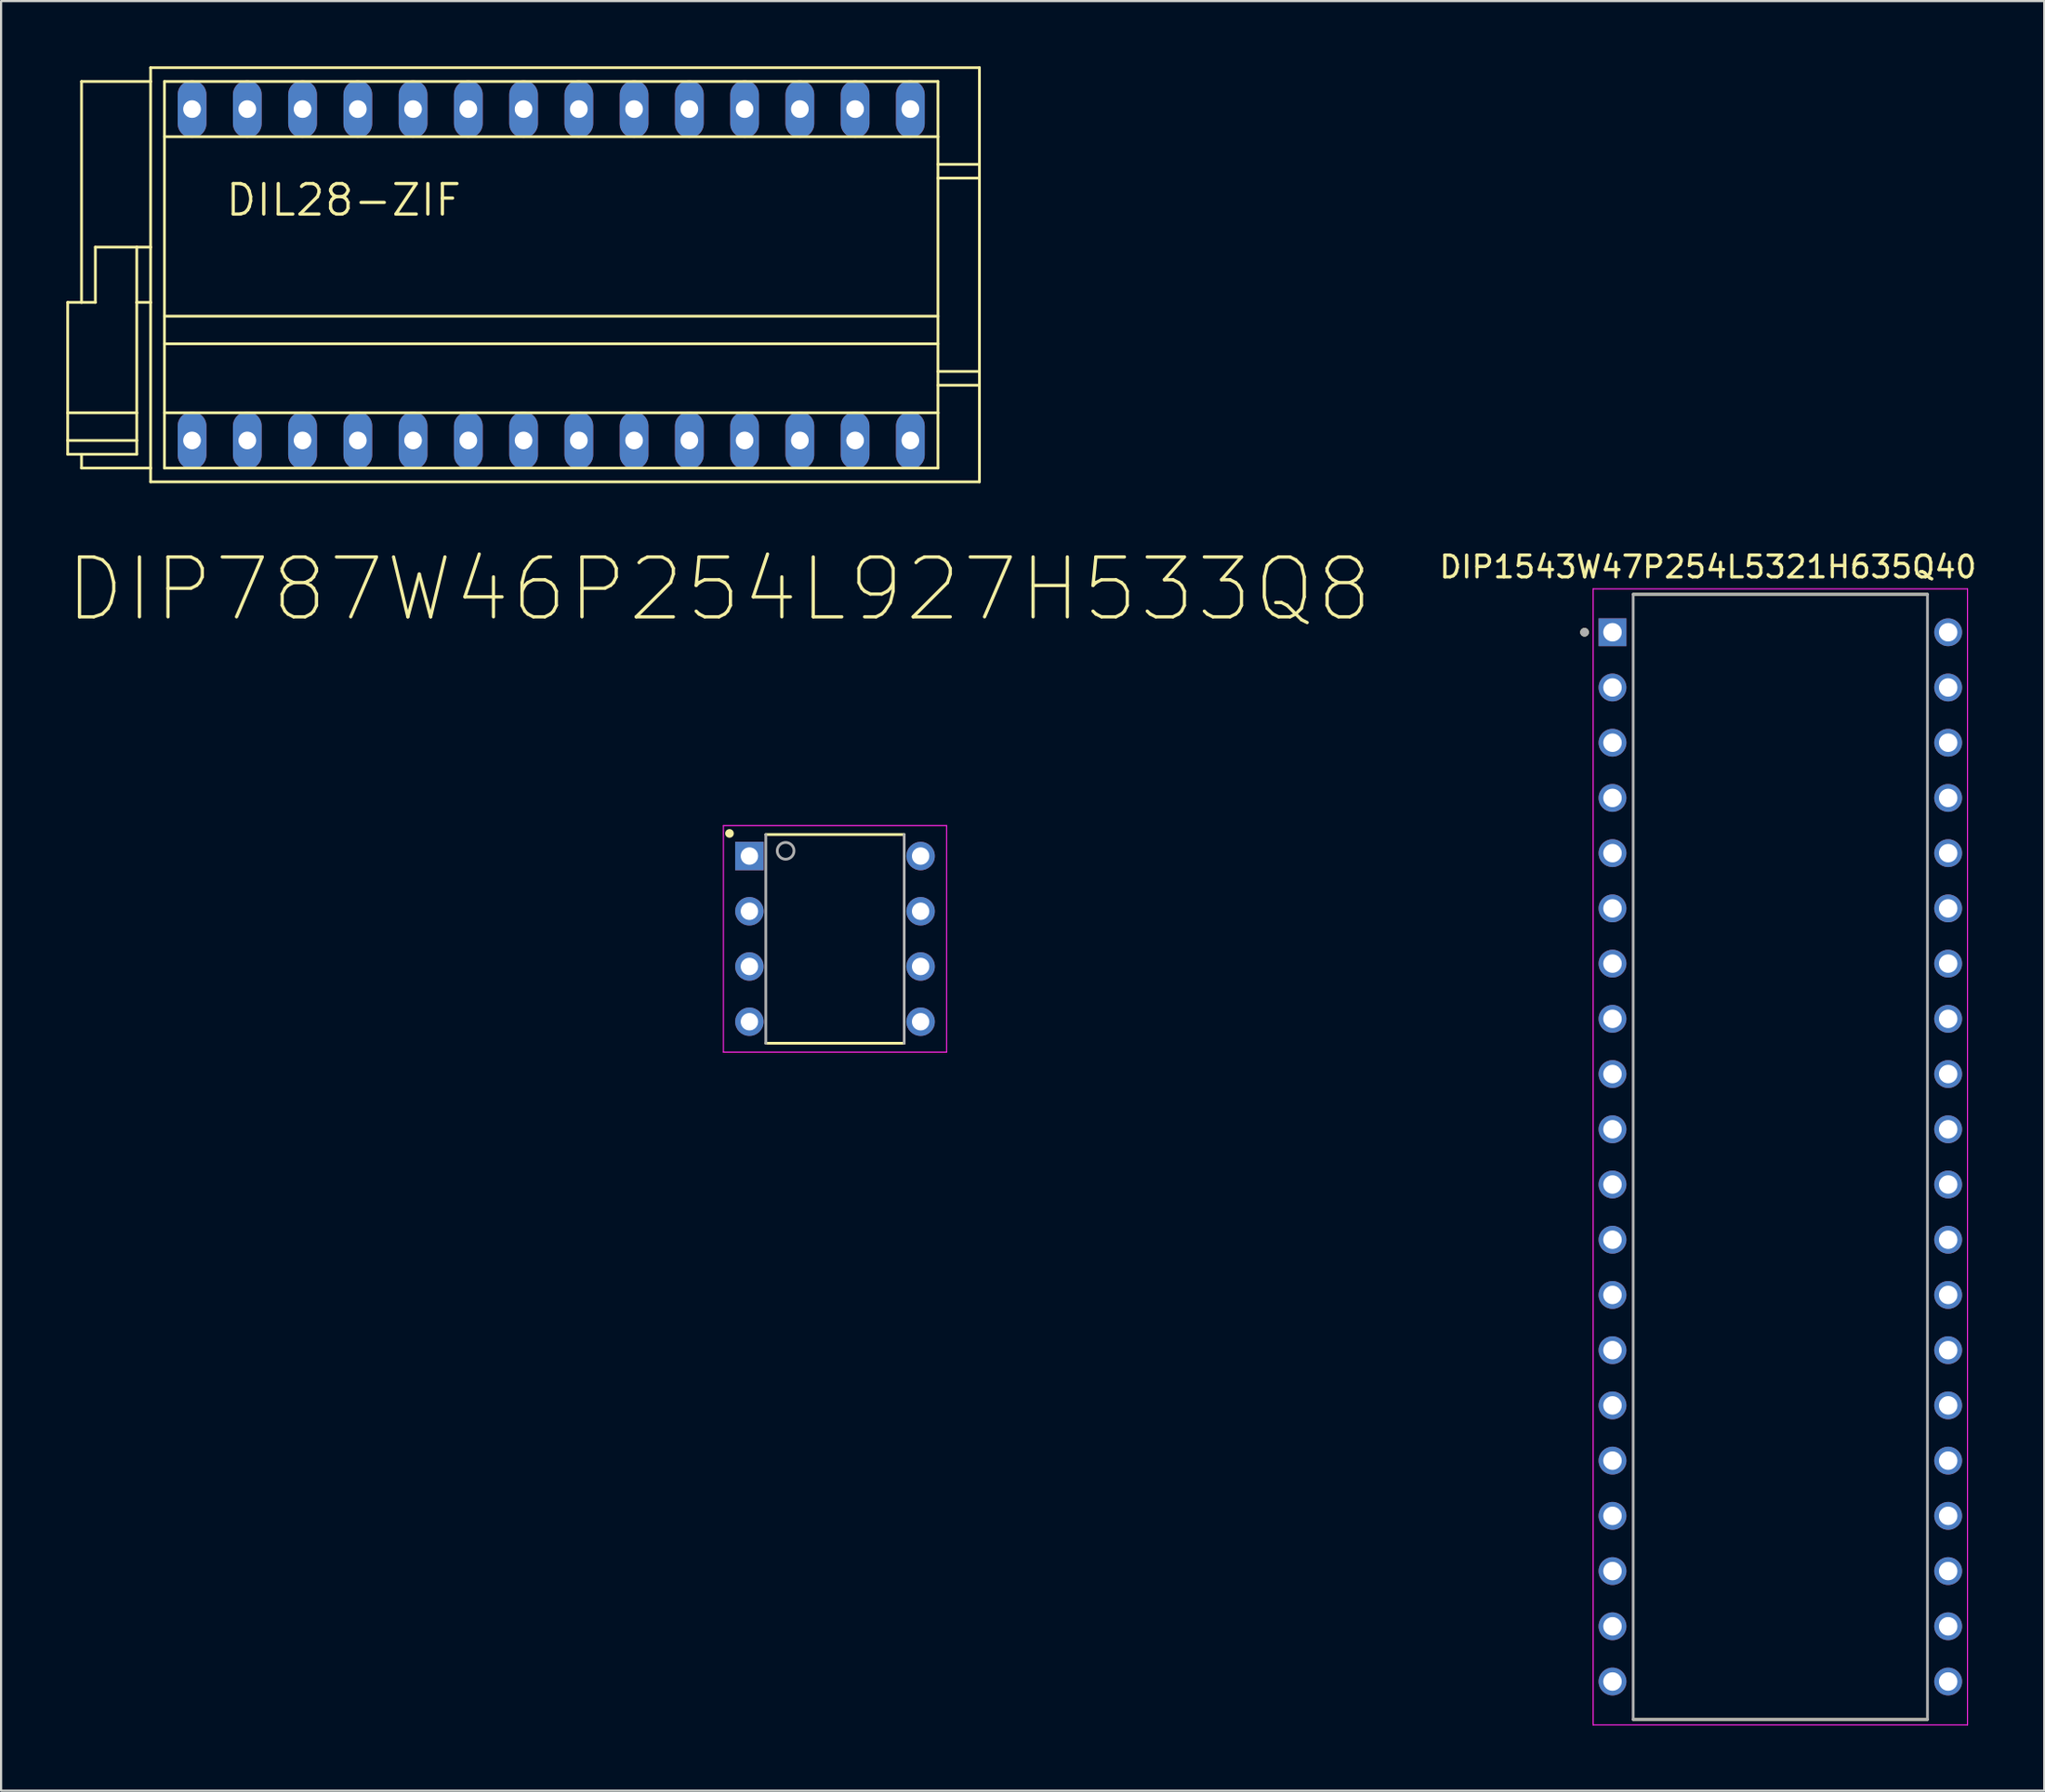
<source format=kicad_pcb>
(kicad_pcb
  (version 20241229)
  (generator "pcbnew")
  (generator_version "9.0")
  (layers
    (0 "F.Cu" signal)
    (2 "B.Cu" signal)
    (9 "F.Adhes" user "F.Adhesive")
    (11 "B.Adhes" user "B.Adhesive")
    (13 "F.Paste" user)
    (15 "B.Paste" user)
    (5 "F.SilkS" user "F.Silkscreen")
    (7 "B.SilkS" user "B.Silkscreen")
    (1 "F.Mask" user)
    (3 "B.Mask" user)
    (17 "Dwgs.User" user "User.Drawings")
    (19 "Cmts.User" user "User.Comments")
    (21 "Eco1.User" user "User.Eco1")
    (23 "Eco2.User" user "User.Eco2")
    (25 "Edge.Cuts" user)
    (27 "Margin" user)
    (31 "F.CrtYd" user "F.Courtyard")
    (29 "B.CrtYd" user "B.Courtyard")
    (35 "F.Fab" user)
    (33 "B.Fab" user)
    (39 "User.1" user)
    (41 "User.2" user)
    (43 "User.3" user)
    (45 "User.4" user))
  (footprint "DIP1543W47P254L5321H635Q40"
    (layer "F.Cu")
    (at 78.789 50.16)
    (property "Reference" "DIP1543W47P254L5321H635Q40" (at -3.325 -27.135 0) (layer "F.SilkS") (effects (font (size 1 1) (thickness 0.15))))
    (attr through_hole)
    (fp_line (start -6.763 -25.875) (end 6.763 -25.875) (stroke (width 0.127) (type solid)) (layer "F.SilkS"))
    (fp_line (start -6.763 25.875) (end 6.763 25.875) (stroke (width 0.127) (type solid)) (layer "F.SilkS"))
    (fp_circle (center -9 -24.13) (end -8.9 -24.13) (stroke (width 0.2) (type solid)) (fill no) (layer "F.SilkS"))
    (fp_line (start -8.605 -26.125) (end -8.605 26.125) (stroke (width 0.05) (type solid)) (layer "F.CrtYd"))
    (fp_line (start 8.605 -26.125) (end -8.605 -26.125) (stroke (width 0.05) (type solid)) (layer "F.CrtYd"))
    (fp_line (start 8.605 -26.125) (end 8.605 26.125) (stroke (width 0.05) (type solid)) (layer "F.CrtYd"))
    (fp_line (start 8.605 26.125) (end -8.605 26.125) (stroke (width 0.05) (type solid)) (layer "F.CrtYd"))
    (fp_line (start -6.763 -25.875) (end -6.763 25.875) (stroke (width 0.127) (type solid)) (layer "F.Fab"))
    (fp_line (start -6.763 -25.875) (end 6.763 -25.875) (stroke (width 0.127) (type solid)) (layer "F.Fab"))
    (fp_line (start -6.763 25.875) (end 6.763 25.875) (stroke (width 0.127) (type solid)) (layer "F.Fab"))
    (fp_line (start 6.763 -25.875) (end 6.763 25.875) (stroke (width 0.127) (type solid)) (layer "F.Fab"))
    (fp_circle (center -9 -24.13) (end -8.9 -24.13) (stroke (width 0.2) (type solid)) (fill no) (layer "F.Fab"))
    (pad "1" thru_hole rect (at -7.715 -24.13) (size 1.28 1.28) (drill 0.85) (layers "*.Cu" "*.Mask"))
    (pad "2" thru_hole circle (at -7.715 -21.59) (size 1.28 1.28) (drill 0.85) (layers "*.Cu" "*.Mask"))
    (pad "3" thru_hole circle (at -7.715 -19.05) (size 1.28 1.28) (drill 0.85) (layers "*.Cu" "*.Mask"))
    (pad "4" thru_hole circle (at -7.715 -16.51) (size 1.28 1.28) (drill 0.85) (layers "*.Cu" "*.Mask"))
    (pad "5" thru_hole circle (at -7.715 -13.97) (size 1.28 1.28) (drill 0.85) (layers "*.Cu" "*.Mask"))
    (pad "6" thru_hole circle (at -7.715 -11.43) (size 1.28 1.28) (drill 0.85) (layers "*.Cu" "*.Mask"))
    (pad "7" thru_hole circle (at -7.715 -8.89) (size 1.28 1.28) (drill 0.85) (layers "*.Cu" "*.Mask"))
    (pad "8" thru_hole circle (at -7.715 -6.35) (size 1.28 1.28) (drill 0.85) (layers "*.Cu" "*.Mask"))
    (pad "9" thru_hole circle (at -7.715 -3.81) (size 1.28 1.28) (drill 0.85) (layers "*.Cu" "*.Mask"))
    (pad "10" thru_hole circle (at -7.715 -1.27) (size 1.28 1.28) (drill 0.85) (layers "*.Cu" "*.Mask"))
    (pad "11" thru_hole circle (at -7.715 1.27) (size 1.28 1.28) (drill 0.85) (layers "*.Cu" "*.Mask"))
    (pad "12" thru_hole circle (at -7.715 3.81) (size 1.28 1.28) (drill 0.85) (layers "*.Cu" "*.Mask"))
    (pad "13" thru_hole circle (at -7.715 6.35) (size 1.28 1.28) (drill 0.85) (layers "*.Cu" "*.Mask"))
    (pad "14" thru_hole circle (at -7.715 8.89) (size 1.28 1.28) (drill 0.85) (layers "*.Cu" "*.Mask"))
    (pad "15" thru_hole circle (at -7.715 11.43) (size 1.28 1.28) (drill 0.85) (layers "*.Cu" "*.Mask"))
    (pad "16" thru_hole circle (at -7.715 13.97) (size 1.28 1.28) (drill 0.85) (layers "*.Cu" "*.Mask"))
    (pad "17" thru_hole circle (at -7.715 16.51) (size 1.28 1.28) (drill 0.85) (layers "*.Cu" "*.Mask"))
    (pad "18" thru_hole circle (at -7.715 19.05) (size 1.28 1.28) (drill 0.85) (layers "*.Cu" "*.Mask"))
    (pad "19" thru_hole circle (at -7.715 21.59) (size 1.28 1.28) (drill 0.85) (layers "*.Cu" "*.Mask"))
    (pad "20" thru_hole circle (at -7.715 24.13) (size 1.28 1.28) (drill 0.85) (layers "*.Cu" "*.Mask"))
    (pad "21" thru_hole circle (at 7.715 24.13) (size 1.28 1.28) (drill 0.85) (layers "*.Cu" "*.Mask"))
    (pad "22" thru_hole circle (at 7.715 21.59) (size 1.28 1.28) (drill 0.85) (layers "*.Cu" "*.Mask"))
    (pad "23" thru_hole circle (at 7.715 19.05) (size 1.28 1.28) (drill 0.85) (layers "*.Cu" "*.Mask"))
    (pad "24" thru_hole circle (at 7.715 16.51) (size 1.28 1.28) (drill 0.85) (layers "*.Cu" "*.Mask"))
    (pad "25" thru_hole circle (at 7.715 13.97) (size 1.28 1.28) (drill 0.85) (layers "*.Cu" "*.Mask"))
    (pad "26" thru_hole circle (at 7.715 11.43) (size 1.28 1.28) (drill 0.85) (layers "*.Cu" "*.Mask"))
    (pad "27" thru_hole circle (at 7.715 8.89) (size 1.28 1.28) (drill 0.85) (layers "*.Cu" "*.Mask"))
    (pad "28" thru_hole circle (at 7.715 6.35) (size 1.28 1.28) (drill 0.85) (layers "*.Cu" "*.Mask"))
    (pad "29" thru_hole circle (at 7.715 3.81) (size 1.28 1.28) (drill 0.85) (layers "*.Cu" "*.Mask"))
    (pad "30" thru_hole circle (at 7.715 1.27) (size 1.28 1.28) (drill 0.85) (layers "*.Cu" "*.Mask"))
    (pad "31" thru_hole circle (at 7.715 -1.27) (size 1.28 1.28) (drill 0.85) (layers "*.Cu" "*.Mask"))
    (pad "32" thru_hole circle (at 7.715 -3.81) (size 1.28 1.28) (drill 0.85) (layers "*.Cu" "*.Mask"))
    (pad "33" thru_hole circle (at 7.715 -6.35) (size 1.28 1.28) (drill 0.85) (layers "*.Cu" "*.Mask"))
    (pad "34" thru_hole circle (at 7.715 -8.89) (size 1.28 1.28) (drill 0.85) (layers "*.Cu" "*.Mask"))
    (pad "35" thru_hole circle (at 7.715 -11.43) (size 1.28 1.28) (drill 0.85) (layers "*.Cu" "*.Mask"))
    (pad "36" thru_hole circle (at 7.715 -13.97) (size 1.28 1.28) (drill 0.85) (layers "*.Cu" "*.Mask"))
    (pad "37" thru_hole circle (at 7.715 -16.51) (size 1.28 1.28) (drill 0.85) (layers "*.Cu" "*.Mask"))
    (pad "38" thru_hole circle (at 7.715 -19.05) (size 1.28 1.28) (drill 0.85) (layers "*.Cu" "*.Mask"))
    (pad "39" thru_hole circle (at 7.715 -21.59) (size 1.28 1.28) (drill 0.85) (layers "*.Cu" "*.Mask"))
    (pad "40" thru_hole circle (at 7.715 -24.13) (size 1.28 1.28) (drill 0.85) (layers "*.Cu" "*.Mask")))
  (footprint "DIP787W46P254L927H533Q8"
    (layer "F.Cu")
    (at 35.334 40.133)
    (property "Reference" "DIP787W46P254L927H533Q8" (at -5.332 -16.08 0) (layer "F.SilkS") (effects (font (size 2.756 2.756) (thickness 0.15))))
    (attr through_hole)
    (fp_line (start -3.18 -4.8) (end 3.18 -4.8) (stroke (width 0.127) (type solid)) (layer "F.SilkS"))
    (fp_line (start 3.18 4.8) (end -3.18 4.8) (stroke (width 0.127) (type solid)) (layer "F.SilkS"))
    (fp_circle (center -4.85 -4.85) (end -4.75 -4.85) (stroke (width 0.2) (type solid)) (fill no) (layer "F.SilkS"))
    (fp_line (start -5.13 -5.21) (end -5.13 5.21) (stroke (width 0.05) (type solid)) (layer "F.CrtYd"))
    (fp_line (start -5.13 5.21) (end 5.13 5.21) (stroke (width 0.05) (type solid)) (layer "F.CrtYd"))
    (fp_line (start 5.13 -5.21) (end -5.13 -5.21) (stroke (width 0.05) (type solid)) (layer "F.CrtYd"))
    (fp_line (start 5.13 5.21) (end 5.13 -5.21) (stroke (width 0.05) (type solid)) (layer "F.CrtYd"))
    (fp_line (start -3.18 4.8) (end -3.18 -4.8) (stroke (width 0.127) (type solid)) (layer "F.Fab"))
    (fp_line (start 3.18 -4.8) (end 3.18 4.8) (stroke (width 0.127) (type solid)) (layer "F.Fab"))
    (fp_circle (center -2.27 -4.05) (end -1.884 -4.05) (stroke (width 0.127) (type solid)) (fill no) (layer "F.Fab"))
    (pad "1" thru_hole rect (at -3.935 -3.81) (size 1.308 1.308) (drill 0.8) (layers "*.Cu" "*.Mask"))
    (pad "2" thru_hole circle (at -3.935 -1.27) (size 1.308 1.308) (drill 0.8) (layers "*.Cu" "*.Mask"))
    (pad "3" thru_hole circle (at -3.935 1.27) (size 1.308 1.308) (drill 0.8) (layers "*.Cu" "*.Mask"))
    (pad "4" thru_hole circle (at -3.935 3.81) (size 1.308 1.308) (drill 0.8) (layers "*.Cu" "*.Mask"))
    (pad "5" thru_hole circle (at 3.935 3.81) (size 1.308 1.308) (drill 0.8) (layers "*.Cu" "*.Mask"))
    (pad "6" thru_hole circle (at 3.935 1.27) (size 1.308 1.308) (drill 0.8) (layers "*.Cu" "*.Mask"))
    (pad "7" thru_hole circle (at 3.935 -1.27) (size 1.308 1.308) (drill 0.8) (layers "*.Cu" "*.Mask"))
    (pad "8" thru_hole circle (at 3.935 -3.81) (size 1.308 1.308) (drill 0.8) (layers "*.Cu" "*.Mask")))
  (footprint "DIL28-ZIF"
    (layer "F.Cu")
    (at 22.288 9.588)
    (property "Reference" "DIL28-ZIF" (at -9.542 -3.435 0) (layer "F.SilkS") (effects (font (size 1.402 1.402) (thickness 0.15))))
    (attr through_hole)
    (fp_line (start -22.225 1.27) (end -22.225 6.35) (stroke (width 0.127) (type solid)) (layer "F.SilkS"))
    (fp_line (start -22.225 1.27) (end -21.59 1.27) (stroke (width 0.127) (type solid)) (layer "F.SilkS"))
    (fp_line (start -22.225 6.35) (end -22.225 7.62) (stroke (width 0.127) (type solid)) (layer "F.SilkS"))
    (fp_line (start -22.225 7.62) (end -22.225 8.255) (stroke (width 0.127) (type solid)) (layer "F.SilkS"))
    (fp_line (start -22.225 8.255) (end -21.59 8.255) (stroke (width 0.127) (type solid)) (layer "F.SilkS"))
    (fp_line (start -21.59 -8.89) (end -21.59 1.27) (stroke (width 0.127) (type solid)) (layer "F.SilkS"))
    (fp_line (start -21.59 -8.89) (end -18.415 -8.89) (stroke (width 0.127) (type solid)) (layer "F.SilkS"))
    (fp_line (start -21.59 1.27) (end -20.955 1.27) (stroke (width 0.127) (type solid)) (layer "F.SilkS"))
    (fp_line (start -21.59 8.255) (end -19.05 8.255) (stroke (width 0.127) (type solid)) (layer "F.SilkS"))
    (fp_line (start -21.59 8.89) (end -21.59 8.255) (stroke (width 0.127) (type solid)) (layer "F.SilkS"))
    (fp_line (start -20.955 1.27) (end -20.955 -1.27) (stroke (width 0.127) (type solid)) (layer "F.SilkS"))
    (fp_line (start -19.05 -1.27) (end -20.955 -1.27) (stroke (width 0.127) (type solid)) (layer "F.SilkS"))
    (fp_line (start -19.05 -1.27) (end -19.05 1.27) (stroke (width 0.127) (type solid)) (layer "F.SilkS"))
    (fp_line (start -19.05 -1.27) (end -18.415 -1.27) (stroke (width 0.127) (type solid)) (layer "F.SilkS"))
    (fp_line (start -19.05 1.27) (end -19.05 6.35) (stroke (width 0.127) (type solid)) (layer "F.SilkS"))
    (fp_line (start -19.05 1.27) (end -18.415 1.27) (stroke (width 0.127) (type solid)) (layer "F.SilkS"))
    (fp_line (start -19.05 6.35) (end -22.225 6.35) (stroke (width 0.127) (type solid)) (layer "F.SilkS"))
    (fp_line (start -19.05 6.35) (end -19.05 7.62) (stroke (width 0.127) (type solid)) (layer "F.SilkS"))
    (fp_line (start -19.05 7.62) (end -22.225 7.62) (stroke (width 0.127) (type solid)) (layer "F.SilkS"))
    (fp_line (start -19.05 8.255) (end -19.05 7.62) (stroke (width 0.127) (type solid)) (layer "F.SilkS"))
    (fp_line (start -18.415 -9.525) (end 19.685 -9.525) (stroke (width 0.127) (type solid)) (layer "F.SilkS"))
    (fp_line (start -18.415 -8.89) (end -18.415 -9.525) (stroke (width 0.127) (type solid)) (layer "F.SilkS"))
    (fp_line (start -18.415 -8.89) (end -18.415 -1.27) (stroke (width 0.127) (type solid)) (layer "F.SilkS"))
    (fp_line (start -18.415 -1.27) (end -18.415 1.27) (stroke (width 0.127) (type solid)) (layer "F.SilkS"))
    (fp_line (start -18.415 1.27) (end -18.415 8.89) (stroke (width 0.127) (type solid)) (layer "F.SilkS"))
    (fp_line (start -18.415 8.89) (end -21.59 8.89) (stroke (width 0.127) (type solid)) (layer "F.SilkS"))
    (fp_line (start -18.415 9.525) (end -18.415 8.89) (stroke (width 0.127) (type solid)) (layer "F.SilkS"))
    (fp_line (start -17.78 -8.89) (end 17.78 -8.89) (stroke (width 0.127) (type solid)) (layer "F.SilkS"))
    (fp_line (start -17.78 -6.35) (end -17.78 -8.89) (stroke (width 0.127) (type solid)) (layer "F.SilkS"))
    (fp_line (start -17.78 -6.35) (end 17.78 -6.35) (stroke (width 0.127) (type solid)) (layer "F.SilkS"))
    (fp_line (start -17.78 1.905) (end 17.78 1.905) (stroke (width 0.127) (type solid)) (layer "F.SilkS"))
    (fp_line (start -17.78 3.175) (end 17.78 3.175) (stroke (width 0.127) (type solid)) (layer "F.SilkS"))
    (fp_line (start -17.78 6.35) (end -17.78 -6.35) (stroke (width 0.127) (type solid)) (layer "F.SilkS"))
    (fp_line (start -17.78 6.35) (end 17.78 6.35) (stroke (width 0.127) (type solid)) (layer "F.SilkS"))
    (fp_line (start -17.78 8.89) (end -17.78 6.35) (stroke (width 0.127) (type solid)) (layer "F.SilkS"))
    (fp_line (start 17.78 -8.89) (end 17.78 -6.35) (stroke (width 0.127) (type solid)) (layer "F.SilkS"))
    (fp_line (start 17.78 -6.35) (end 17.78 6.35) (stroke (width 0.127) (type solid)) (layer "F.SilkS"))
    (fp_line (start 17.78 -5.08) (end 19.685 -5.08) (stroke (width 0.127) (type solid)) (layer "F.SilkS"))
    (fp_line (start 17.78 -4.445) (end 19.685 -4.445) (stroke (width 0.127) (type solid)) (layer "F.SilkS"))
    (fp_line (start 17.78 4.445) (end 19.685 4.445) (stroke (width 0.127) (type solid)) (layer "F.SilkS"))
    (fp_line (start 17.78 5.08) (end 19.685 5.08) (stroke (width 0.127) (type solid)) (layer "F.SilkS"))
    (fp_line (start 17.78 6.35) (end 17.78 8.89) (stroke (width 0.127) (type solid)) (layer "F.SilkS"))
    (fp_line (start 17.78 8.89) (end -17.78 8.89) (stroke (width 0.127) (type solid)) (layer "F.SilkS"))
    (fp_line (start 19.685 -9.525) (end 19.685 -5.08) (stroke (width 0.127) (type solid)) (layer "F.SilkS"))
    (fp_line (start 19.685 -5.08) (end 19.685 -4.445) (stroke (width 0.127) (type solid)) (layer "F.SilkS"))
    (fp_line (start 19.685 -4.445) (end 19.685 4.445) (stroke (width 0.127) (type solid)) (layer "F.SilkS"))
    (fp_line (start 19.685 4.445) (end 19.685 5.08) (stroke (width 0.127) (type solid)) (layer "F.SilkS"))
    (fp_line (start 19.685 5.08) (end 19.685 9.525) (stroke (width 0.127) (type solid)) (layer "F.SilkS"))
    (fp_line (start 19.685 9.525) (end -18.415 9.525) (stroke (width 0.127) (type solid)) (layer "F.SilkS"))
    (pad "1" thru_hole oval (at -16.51 7.62) (size 1.321 2.642) (drill 0.813) (layers "*.Cu" "*.Mask"))
    (pad "2" thru_hole oval (at -13.97 7.62) (size 1.321 2.642) (drill 0.813) (layers "*.Cu" "*.Mask"))
    (pad "3" thru_hole oval (at -11.43 7.62) (size 1.321 2.642) (drill 0.813) (layers "*.Cu" "*.Mask"))
    (pad "4" thru_hole oval (at -8.89 7.62) (size 1.321 2.642) (drill 0.813) (layers "*.Cu" "*.Mask"))
    (pad "5" thru_hole oval (at -6.35 7.62) (size 1.321 2.642) (drill 0.813) (layers "*.Cu" "*.Mask"))
    (pad "6" thru_hole oval (at -3.81 7.62) (size 1.321 2.642) (drill 0.813) (layers "*.Cu" "*.Mask"))
    (pad "7" thru_hole oval (at -1.27 7.62) (size 1.321 2.642) (drill 0.813) (layers "*.Cu" "*.Mask"))
    (pad "8" thru_hole oval (at 1.27 7.62) (size 1.321 2.642) (drill 0.813) (layers "*.Cu" "*.Mask"))
    (pad "9" thru_hole oval (at 3.81 7.62) (size 1.321 2.642) (drill 0.813) (layers "*.Cu" "*.Mask"))
    (pad "10" thru_hole oval (at 6.35 7.62) (size 1.321 2.642) (drill 0.813) (layers "*.Cu" "*.Mask"))
    (pad "11" thru_hole oval (at 8.89 7.62) (size 1.321 2.642) (drill 0.813) (layers "*.Cu" "*.Mask"))
    (pad "12" thru_hole oval (at 11.43 7.62) (size 1.321 2.642) (drill 0.813) (layers "*.Cu" "*.Mask"))
    (pad "13" thru_hole oval (at 13.97 7.62) (size 1.321 2.642) (drill 0.813) (layers "*.Cu" "*.Mask"))
    (pad "14" thru_hole oval (at 16.51 7.62) (size 1.321 2.642) (drill 0.813) (layers "*.Cu" "*.Mask"))
    (pad "15" thru_hole oval (at 16.51 -7.62) (size 1.321 2.642) (drill 0.813) (layers "*.Cu" "*.Mask"))
    (pad "16" thru_hole oval (at 13.97 -7.62) (size 1.321 2.642) (drill 0.813) (layers "*.Cu" "*.Mask"))
    (pad "17" thru_hole oval (at 11.43 -7.62) (size 1.321 2.642) (drill 0.813) (layers "*.Cu" "*.Mask"))
    (pad "18" thru_hole oval (at 8.89 -7.62) (size 1.321 2.642) (drill 0.813) (layers "*.Cu" "*.Mask"))
    (pad "19" thru_hole oval (at 6.35 -7.62) (size 1.321 2.642) (drill 0.813) (layers "*.Cu" "*.Mask"))
    (pad "20" thru_hole oval (at 3.81 -7.62) (size 1.321 2.642) (drill 0.813) (layers "*.Cu" "*.Mask"))
    (pad "21" thru_hole oval (at 1.27 -7.62) (size 1.321 2.642) (drill 0.813) (layers "*.Cu" "*.Mask"))
    (pad "22" thru_hole oval (at -1.27 -7.62) (size 1.321 2.642) (drill 0.813) (layers "*.Cu" "*.Mask"))
    (pad "23" thru_hole oval (at -3.81 -7.62) (size 1.321 2.642) (drill 0.813) (layers "*.Cu" "*.Mask"))
    (pad "24" thru_hole oval (at -6.35 -7.62) (size 1.321 2.642) (drill 0.813) (layers "*.Cu" "*.Mask"))
    (pad "25" thru_hole oval (at -8.89 -7.62) (size 1.321 2.642) (drill 0.813) (layers "*.Cu" "*.Mask"))
    (pad "26" thru_hole oval (at -11.43 -7.62) (size 1.321 2.642) (drill 0.813) (layers "*.Cu" "*.Mask"))
    (pad "27" thru_hole oval (at -13.97 -7.62) (size 1.321 2.642) (drill 0.813) (layers "*.Cu" "*.Mask"))
    (pad "28" thru_hole oval (at -16.51 -7.62) (size 1.321 2.642) (drill 0.813) (layers "*.Cu" "*.Mask")))
  (gr_rect
    (start -3 -3)
    (end 90.922 79.31)
    (stroke (width 0.1) (type default))
    (fill no)
    (layer "Edge.Cuts")))
</source>
